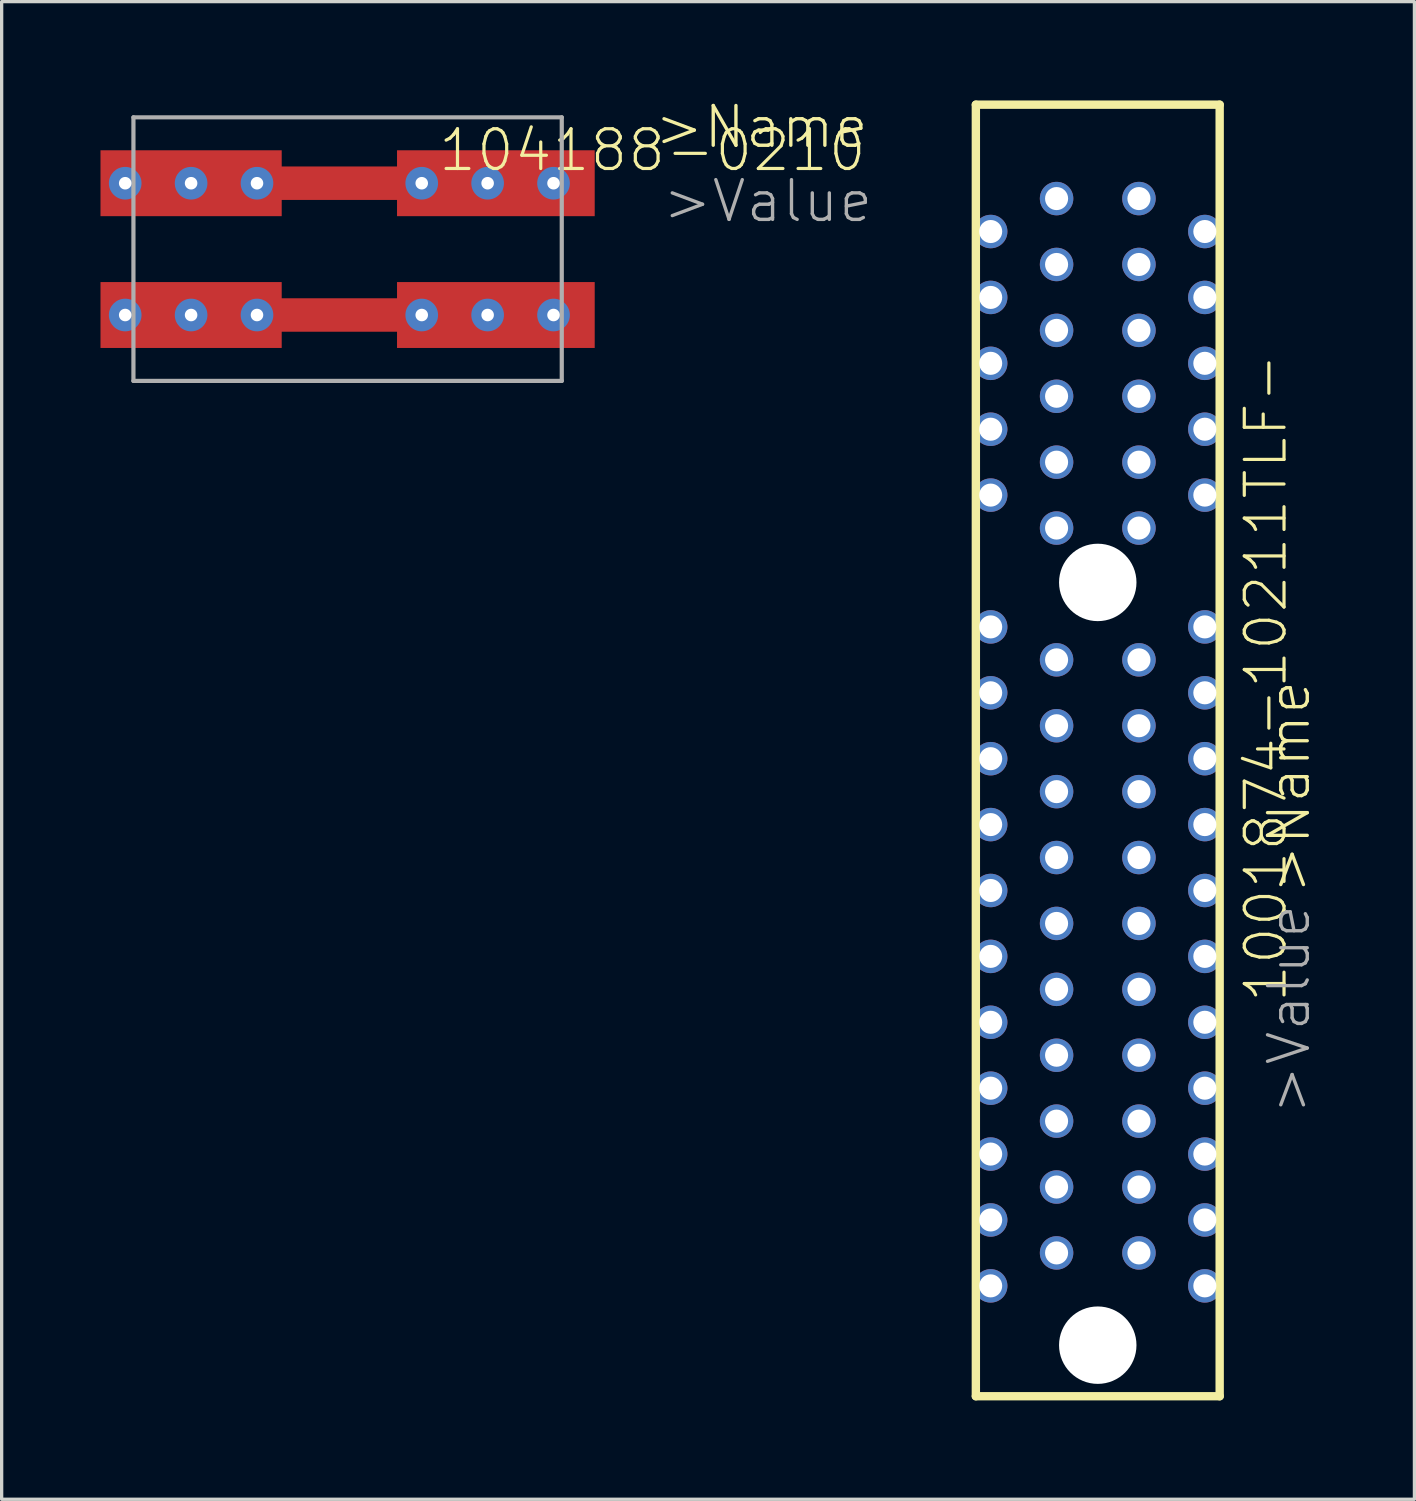
<source format=kicad_pcb>
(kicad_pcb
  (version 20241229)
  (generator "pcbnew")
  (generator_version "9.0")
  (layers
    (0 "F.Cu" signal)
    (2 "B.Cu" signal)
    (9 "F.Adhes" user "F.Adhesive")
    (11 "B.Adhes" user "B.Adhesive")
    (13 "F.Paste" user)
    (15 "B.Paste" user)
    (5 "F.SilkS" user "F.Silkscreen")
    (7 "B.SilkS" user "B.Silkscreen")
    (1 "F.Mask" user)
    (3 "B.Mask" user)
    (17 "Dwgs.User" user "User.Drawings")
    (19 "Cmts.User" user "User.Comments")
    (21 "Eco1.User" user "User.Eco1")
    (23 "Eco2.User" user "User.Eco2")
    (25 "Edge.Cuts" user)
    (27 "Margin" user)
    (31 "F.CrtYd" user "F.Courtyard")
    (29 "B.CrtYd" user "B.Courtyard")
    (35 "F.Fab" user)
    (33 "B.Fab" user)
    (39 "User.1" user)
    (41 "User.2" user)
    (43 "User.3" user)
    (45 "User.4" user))
  (footprint "1001874-10211TLF-"
    (layer "F.Cu")
    (at 30.268 1.987)
    (property "Reference" "1001874-10211TLF-" (at 5.1 15.54 90) (layer "F.SilkS") (effects (font (size 1.206 1.206) (thickness 0.097))))
    (attr through_hole)
    (fp_line (start -3.7 -1.86) (end -3.7 37.34) (stroke (width 0.254) (type solid)) (layer "F.SilkS"))
    (fp_line (start -3.7 37.34) (end 3.7 37.34) (stroke (width 0.254) (type solid)) (layer "F.SilkS"))
    (fp_line (start 3.7 -1.86) (end -3.7 -1.86) (stroke (width 0.254) (type solid)) (layer "F.SilkS"))
    (fp_line (start 3.7 37.34) (end 3.7 -1.86) (stroke (width 0.254) (type solid)) (layer "F.SilkS"))
    (fp_text user ">Name" (at 5.1 15.54 90) (layer "F.SilkS") (effects (font (size 1.206 1.206) (thickness 0.102)) (justify right top)))
    (fp_text user ">Value" (at 5.1 22.34 90) (layer "F.Fab") (effects (font (size 1.206 1.206) (thickness 0.102)) (justify right top)))
    (pad "" np_thru_hole circle (at 0 12.64) (size 2.35 2.35) (drill 2.35) (layers "*.Cu" "*.Mask"))
    (pad "" np_thru_hole circle (at 0 35.79) (size 2.35 2.35) (drill 2.35) (layers "*.Cu" "*.Mask"))
    (pad "P$1" thru_hole circle (at 1.25 0.99 270) (size 1.016 1.016) (drill 0.7) (layers "*.Cu" "*.Mask"))
    (pad "P$2" thru_hole circle (at 3.25 1.99 270) (size 1.016 1.016) (drill 0.7) (layers "*.Cu" "*.Mask"))
    (pad "P$3" thru_hole circle (at 1.25 2.99 270) (size 1.016 1.016) (drill 0.7) (layers "*.Cu" "*.Mask"))
    (pad "P$4" thru_hole circle (at 3.25 3.99 270) (size 1.016 1.016) (drill 0.7) (layers "*.Cu" "*.Mask"))
    (pad "P$5" thru_hole circle (at 1.25 4.99 270) (size 1.016 1.016) (drill 0.7) (layers "*.Cu" "*.Mask"))
    (pad "P$6" thru_hole circle (at 3.25 5.99 270) (size 1.016 1.016) (drill 0.7) (layers "*.Cu" "*.Mask"))
    (pad "P$7" thru_hole circle (at 1.25 6.99 270) (size 1.016 1.016) (drill 0.7) (layers "*.Cu" "*.Mask"))
    (pad "P$8" thru_hole circle (at 3.25 7.99 270) (size 1.016 1.016) (drill 0.7) (layers "*.Cu" "*.Mask"))
    (pad "P$9" thru_hole circle (at 1.25 8.99 270) (size 1.016 1.016) (drill 0.7) (layers "*.Cu" "*.Mask"))
    (pad "P$10" thru_hole circle (at 3.25 9.99 270) (size 1.016 1.016) (drill 0.7) (layers "*.Cu" "*.Mask"))
    (pad "P$11" thru_hole circle (at 1.25 10.99 270) (size 1.016 1.016) (drill 0.7) (layers "*.Cu" "*.Mask"))
    (pad "P$12" thru_hole circle (at 3.25 13.99 270) (size 1.016 1.016) (drill 0.7) (layers "*.Cu" "*.Mask"))
    (pad "P$13" thru_hole circle (at 1.25 14.99 270) (size 1.016 1.016) (drill 0.7) (layers "*.Cu" "*.Mask"))
    (pad "P$14" thru_hole circle (at 3.25 15.99 270) (size 1.016 1.016) (drill 0.7) (layers "*.Cu" "*.Mask"))
    (pad "P$15" thru_hole circle (at 1.25 16.99 270) (size 1.016 1.016) (drill 0.7) (layers "*.Cu" "*.Mask"))
    (pad "P$16" thru_hole circle (at 3.25 17.99 270) (size 1.016 1.016) (drill 0.7) (layers "*.Cu" "*.Mask"))
    (pad "P$17" thru_hole circle (at 1.25 18.99 270) (size 1.016 1.016) (drill 0.7) (layers "*.Cu" "*.Mask"))
    (pad "P$18" thru_hole circle (at 3.25 19.99 270) (size 1.016 1.016) (drill 0.7) (layers "*.Cu" "*.Mask"))
    (pad "P$19" thru_hole circle (at 1.25 20.99 270) (size 1.016 1.016) (drill 0.7) (layers "*.Cu" "*.Mask"))
    (pad "P$20" thru_hole circle (at 3.25 21.99 270) (size 1.016 1.016) (drill 0.7) (layers "*.Cu" "*.Mask"))
    (pad "P$21" thru_hole circle (at 1.25 22.99 270) (size 1.016 1.016) (drill 0.7) (layers "*.Cu" "*.Mask"))
    (pad "P$22" thru_hole circle (at 3.25 23.99 270) (size 1.016 1.016) (drill 0.7) (layers "*.Cu" "*.Mask"))
    (pad "P$23" thru_hole circle (at 1.25 24.99 270) (size 1.016 1.016) (drill 0.7) (layers "*.Cu" "*.Mask"))
    (pad "P$24" thru_hole circle (at 3.25 25.99 270) (size 1.016 1.016) (drill 0.7) (layers "*.Cu" "*.Mask"))
    (pad "P$25" thru_hole circle (at 1.25 26.99 270) (size 1.016 1.016) (drill 0.7) (layers "*.Cu" "*.Mask"))
    (pad "P$26" thru_hole circle (at 3.25 27.99 270) (size 1.016 1.016) (drill 0.7) (layers "*.Cu" "*.Mask"))
    (pad "P$27" thru_hole circle (at 1.25 28.99 270) (size 1.016 1.016) (drill 0.7) (layers "*.Cu" "*.Mask"))
    (pad "P$28" thru_hole circle (at 3.25 29.99 270) (size 1.016 1.016) (drill 0.7) (layers "*.Cu" "*.Mask"))
    (pad "P$29" thru_hole circle (at 1.25 30.99 270) (size 1.016 1.016) (drill 0.7) (layers "*.Cu" "*.Mask"))
    (pad "P$30" thru_hole circle (at 3.25 31.99 270) (size 1.016 1.016) (drill 0.7) (layers "*.Cu" "*.Mask"))
    (pad "P$31" thru_hole circle (at 1.25 32.99 270) (size 1.016 1.016) (drill 0.7) (layers "*.Cu" "*.Mask"))
    (pad "P$32" thru_hole circle (at 3.25 33.99 270) (size 1.016 1.016) (drill 0.7) (layers "*.Cu" "*.Mask"))
    (pad "P$33" thru_hole circle (at -1.25 0.99 270) (size 1.016 1.016) (drill 0.7) (layers "*.Cu" "*.Mask"))
    (pad "P$34" thru_hole circle (at -3.25 1.99 270) (size 1.016 1.016) (drill 0.7) (layers "*.Cu" "*.Mask"))
    (pad "P$35" thru_hole circle (at -1.25 2.99 270) (size 1.016 1.016) (drill 0.7) (layers "*.Cu" "*.Mask"))
    (pad "P$36" thru_hole circle (at -3.25 3.99 270) (size 1.016 1.016) (drill 0.7) (layers "*.Cu" "*.Mask"))
    (pad "P$37" thru_hole circle (at -1.25 4.99 270) (size 1.016 1.016) (drill 0.7) (layers "*.Cu" "*.Mask"))
    (pad "P$38" thru_hole circle (at -3.25 5.99 270) (size 1.016 1.016) (drill 0.7) (layers "*.Cu" "*.Mask"))
    (pad "P$39" thru_hole circle (at -1.25 6.99 270) (size 1.016 1.016) (drill 0.7) (layers "*.Cu" "*.Mask"))
    (pad "P$40" thru_hole circle (at -3.25 7.99 270) (size 1.016 1.016) (drill 0.7) (layers "*.Cu" "*.Mask"))
    (pad "P$41" thru_hole circle (at -1.25 8.99 270) (size 1.016 1.016) (drill 0.7) (layers "*.Cu" "*.Mask"))
    (pad "P$42" thru_hole circle (at -3.25 9.99 270) (size 1.016 1.016) (drill 0.7) (layers "*.Cu" "*.Mask"))
    (pad "P$43" thru_hole circle (at -1.25 10.99 270) (size 1.016 1.016) (drill 0.7) (layers "*.Cu" "*.Mask"))
    (pad "P$44" thru_hole circle (at -3.25 13.99 270) (size 1.016 1.016) (drill 0.7) (layers "*.Cu" "*.Mask"))
    (pad "P$45" thru_hole circle (at -1.25 14.99 270) (size 1.016 1.016) (drill 0.7) (layers "*.Cu" "*.Mask"))
    (pad "P$46" thru_hole circle (at -3.25 15.99 270) (size 1.016 1.016) (drill 0.7) (layers "*.Cu" "*.Mask"))
    (pad "P$47" thru_hole circle (at -1.25 16.99 270) (size 1.016 1.016) (drill 0.7) (layers "*.Cu" "*.Mask"))
    (pad "P$48" thru_hole circle (at -3.25 17.99 270) (size 1.016 1.016) (drill 0.7) (layers "*.Cu" "*.Mask"))
    (pad "P$49" thru_hole circle (at -1.25 18.99 270) (size 1.016 1.016) (drill 0.7) (layers "*.Cu" "*.Mask"))
    (pad "P$50" thru_hole circle (at -3.25 19.99 270) (size 1.016 1.016) (drill 0.7) (layers "*.Cu" "*.Mask"))
    (pad "P$51" thru_hole circle (at -1.25 20.99 270) (size 1.016 1.016) (drill 0.7) (layers "*.Cu" "*.Mask"))
    (pad "P$52" thru_hole circle (at -3.25 21.99 270) (size 1.016 1.016) (drill 0.7) (layers "*.Cu" "*.Mask"))
    (pad "P$53" thru_hole circle (at -1.25 22.99 270) (size 1.016 1.016) (drill 0.7) (layers "*.Cu" "*.Mask"))
    (pad "P$54" thru_hole circle (at -3.25 23.99 270) (size 1.016 1.016) (drill 0.7) (layers "*.Cu" "*.Mask"))
    (pad "P$55" thru_hole circle (at -1.25 24.99 270) (size 1.016 1.016) (drill 0.7) (layers "*.Cu" "*.Mask"))
    (pad "P$56" thru_hole circle (at -3.25 25.99 270) (size 1.016 1.016) (drill 0.7) (layers "*.Cu" "*.Mask"))
    (pad "P$57" thru_hole circle (at -1.25 26.99 270) (size 1.016 1.016) (drill 0.7) (layers "*.Cu" "*.Mask"))
    (pad "P$58" thru_hole circle (at -3.25 27.99 270) (size 1.016 1.016) (drill 0.7) (layers "*.Cu" "*.Mask"))
    (pad "P$59" thru_hole circle (at -1.25 28.99 270) (size 1.016 1.016) (drill 0.7) (layers "*.Cu" "*.Mask"))
    (pad "P$60" thru_hole circle (at -3.25 29.99 270) (size 1.016 1.016) (drill 0.7) (layers "*.Cu" "*.Mask"))
    (pad "P$61" thru_hole circle (at -1.25 30.99 270) (size 1.016 1.016) (drill 0.7) (layers "*.Cu" "*.Mask"))
    (pad "P$62" thru_hole circle (at -3.25 31.99 270) (size 1.016 1.016) (drill 0.7) (layers "*.Cu" "*.Mask"))
    (pad "P$63" thru_hole circle (at -1.25 32.99 270) (size 1.016 1.016) (drill 0.7) (layers "*.Cu" "*.Mask"))
    (pad "P$64" thru_hole circle (at -3.25 33.99 270) (size 1.016 1.016) (drill 0.7) (layers "*.Cu" "*.Mask")))
  (footprint "104188-0210"
    (layer "F.Cu")
    (at 2.75 4.511)
    (property "Reference" "104188-0210" (at 14 -3 180) (layer "F.SilkS") (effects (font (size 1.206 1.206) (thickness 0.097))))
    (attr through_hole)
    (fp_line (start 7 -2) (end 2 -2) (stroke (width 1.016) (type solid)) (layer "F.Cu"))
    (fp_line (start 7 2) (end 2 2) (stroke (width 1.016) (type solid)) (layer "F.Cu"))
    (fp_line (start -1.75 -4) (end 11.25 -4) (stroke (width 0.127) (type solid)) (layer "F.Fab"))
    (fp_line (start -1.75 4) (end -1.75 -4) (stroke (width 0.127) (type solid)) (layer "F.Fab"))
    (fp_line (start 11.25 -4) (end 11.25 4) (stroke (width 0.127) (type solid)) (layer "F.Fab"))
    (fp_line (start 11.25 4) (end -1.75 4) (stroke (width 0.127) (type solid)) (layer "F.Fab"))
    (fp_text user ">Name" (at 14 -3 0) (layer "F.SilkS") (effects (font (size 1.206 1.206) (thickness 0.102)) (justify left bottom)))
    (fp_text user ">Value" (at 14.25 -0.75 0) (layer "F.Fab") (effects (font (size 1.206 1.206) (thickness 0.102)) (justify left bottom)))
    (pad "P$1" thru_hole circle (at -2 -2) (size 0.991 0.991) (drill 0.381) (layers "*.Cu" "*.Mask"))
    (pad "P$2" thru_hole circle (at 0 -2) (size 0.991 0.991) (drill 0.381) (layers "*.Cu" "*.Mask"))
    (pad "P$3" thru_hole circle (at 2 -2) (size 0.991 0.991) (drill 0.381) (layers "*.Cu" "*.Mask"))
    (pad "P$4" thru_hole circle (at 7 -2) (size 0.991 0.991) (drill 0.381) (layers "*.Cu" "*.Mask"))
    (pad "P$5" thru_hole circle (at 9 -2) (size 0.991 0.991) (drill 0.381) (layers "*.Cu" "*.Mask"))
    (pad "P$6" thru_hole circle (at 11 -2) (size 0.991 0.991) (drill 0.381) (layers "*.Cu" "*.Mask"))
    (pad "P$7" thru_hole circle (at 11 2) (size 0.991 0.991) (drill 0.381) (layers "*.Cu" "*.Mask"))
    (pad "P$8" thru_hole circle (at 9 2) (size 0.991 0.991) (drill 0.381) (layers "*.Cu" "*.Mask"))
    (pad "P$9" thru_hole circle (at 7 2) (size 0.991 0.991) (drill 0.381) (layers "*.Cu" "*.Mask"))
    (pad "P$10" thru_hole circle (at 2 2) (size 0.991 0.991) (drill 0.381) (layers "*.Cu" "*.Mask"))
    (pad "P$11" thru_hole circle (at 0 2) (size 0.991 0.991) (drill 0.381) (layers "*.Cu" "*.Mask"))
    (pad "P$12" thru_hole circle (at -2 2) (size 0.991 0.991) (drill 0.381) (layers "*.Cu" "*.Mask"))
    (pad "PIN_1@1" smd rect (at 0 -2) (size 5.5 2) (layers "F.Cu" "F.Mask" "F.Paste"))
    (pad "PIN_1@2" smd rect (at 9.25 -2) (size 6 2) (layers "F.Cu" "F.Mask" "F.Paste"))
    (pad "PIN_2@1" smd rect (at 0 2) (size 5.5 2) (layers "F.Cu" "F.Mask" "F.Paste"))
    (pad "PIN_2@2" smd rect (at 9.25 2) (size 6 2) (layers "F.Cu" "F.Mask" "F.Paste")))
  (gr_rect
    (start -3 -3)
    (end 39.879 42.454)
    (stroke (width 0.1) (type default))
    (fill no)
    (layer "Edge.Cuts")))
</source>
